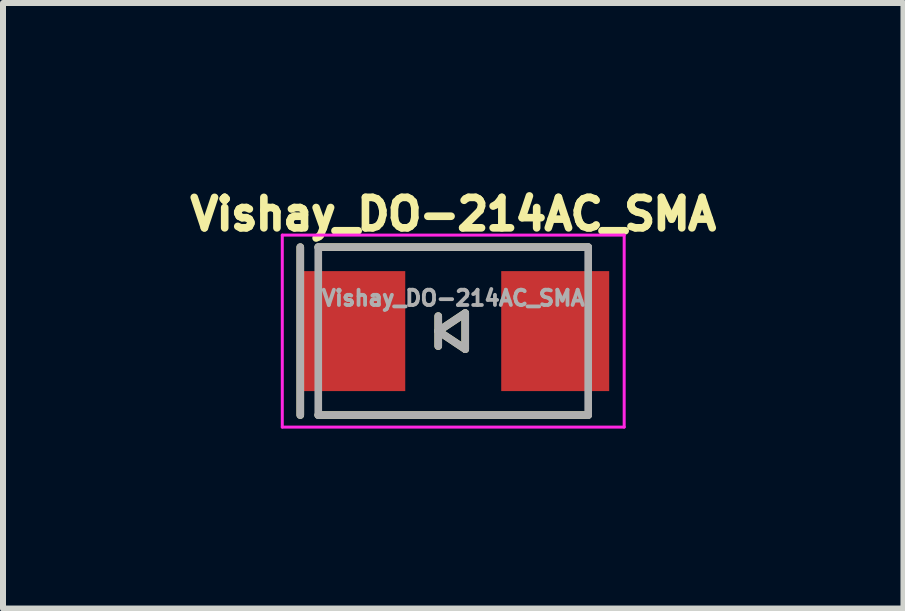
<source format=kicad_pcb>
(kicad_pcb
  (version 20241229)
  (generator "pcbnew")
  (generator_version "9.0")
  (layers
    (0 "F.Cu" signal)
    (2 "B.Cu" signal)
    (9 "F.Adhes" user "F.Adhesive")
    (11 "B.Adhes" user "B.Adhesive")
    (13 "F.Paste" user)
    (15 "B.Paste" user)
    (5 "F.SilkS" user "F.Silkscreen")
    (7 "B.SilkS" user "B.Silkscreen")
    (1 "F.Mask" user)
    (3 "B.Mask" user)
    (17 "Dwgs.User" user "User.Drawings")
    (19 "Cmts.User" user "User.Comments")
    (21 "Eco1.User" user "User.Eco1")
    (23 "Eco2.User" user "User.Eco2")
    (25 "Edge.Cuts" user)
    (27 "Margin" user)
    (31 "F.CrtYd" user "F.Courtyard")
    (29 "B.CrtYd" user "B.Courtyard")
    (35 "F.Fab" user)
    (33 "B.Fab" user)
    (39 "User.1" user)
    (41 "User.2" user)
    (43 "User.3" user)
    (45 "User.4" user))
  (footprint "Vishay_DO-214AC_SMA"
    (layer "F.Cu")
    (at 4.506 2.47)
    (property "Reference" "Vishay_DO-214AC_SMA" (at 0 -1.95 0) (layer "F.SilkS") (effects (font (size 0.508 0.508) (thickness 0.127))))
    (attr through_hole)
    (fp_line (start -2.55 -1.4) (end -2.55 1.4) (stroke (width 0.127) (type solid)) (layer "F.SilkS"))
    (fp_line (start -2.25 -1.4) (end 2.25 -1.4) (stroke (width 0.127) (type solid)) (layer "F.SilkS"))
    (fp_line (start -2.25 1.4) (end 2.25 1.4) (stroke (width 0.127) (type solid)) (layer "F.SilkS"))
    (fp_line (start -0.25 -0.25) (end -0.25 0.25) (stroke (width 0.127) (type solid)) (layer "F.SilkS"))
    (fp_line (start -0.25 0) (end 0.2 -0.3) (stroke (width 0.127) (type solid)) (layer "F.SilkS"))
    (fp_line (start 0.2 -0.3) (end 0.2 0.3) (stroke (width 0.127) (type solid)) (layer "F.SilkS"))
    (fp_line (start 0.2 0.3) (end -0.25 0) (stroke (width 0.127) (type solid)) (layer "F.SilkS"))
    (fp_line (start -2.85 -1.6) (end 2.85 -1.6) (stroke (width 0.05) (type solid)) (layer "F.CrtYd"))
    (fp_line (start -2.85 1.6) (end -2.85 -1.6) (stroke (width 0.05) (type solid)) (layer "F.CrtYd"))
    (fp_line (start -2.85 1.6) (end 2.85 1.6) (stroke (width 0.05) (type solid)) (layer "F.CrtYd"))
    (fp_line (start 2.85 -1.6) (end 2.85 1.6) (stroke (width 0.05) (type solid)) (layer "F.CrtYd"))
    (fp_line (start -2.55 -1.4) (end -2.55 1.4) (stroke (width 0.127) (type solid)) (layer "F.Fab"))
    (fp_line (start -2.25 -1.4) (end -2.25 1.4) (stroke (width 0.127) (type solid)) (layer "F.Fab"))
    (fp_line (start -2.25 -1.4) (end 2.25 -1.4) (stroke (width 0.127) (type solid)) (layer "F.Fab"))
    (fp_line (start -2.25 1.4) (end 2.25 1.4) (stroke (width 0.127) (type solid)) (layer "F.Fab"))
    (fp_line (start -0.25 -0.25) (end -0.25 0.25) (stroke (width 0.127) (type solid)) (layer "F.Fab"))
    (fp_line (start -0.25 0) (end 0.2 -0.3) (stroke (width 0.127) (type solid)) (layer "F.Fab"))
    (fp_line (start 0.2 -0.3) (end 0.2 0.3) (stroke (width 0.127) (type solid)) (layer "F.Fab"))
    (fp_line (start 0.2 0.3) (end -0.25 0) (stroke (width 0.127) (type solid)) (layer "F.Fab"))
    (fp_line (start 2.25 -1.4) (end 2.25 1.4) (stroke (width 0.127) (type solid)) (layer "F.Fab"))
    (fp_text user "${REFERENCE}" (at 0 -0.55 0) (layer "F.Fab") (effects (font (size 0.254 0.254) (thickness 0.064))))
    (pad "1" smd rect (at -1.7 0) (size 1.8 2) (layers "F.Cu" "F.Mask" "F.Paste"))
    (pad "2" smd rect (at 1.7 0) (size 1.8 2) (layers "F.Cu" "F.Mask" "F.Paste")))
  (gr_rect
    (start -3 -3)
    (end 12.012 7.095)
    (stroke (width 0.1) (type default))
    (fill no)
    (layer "Edge.Cuts")))
</source>
